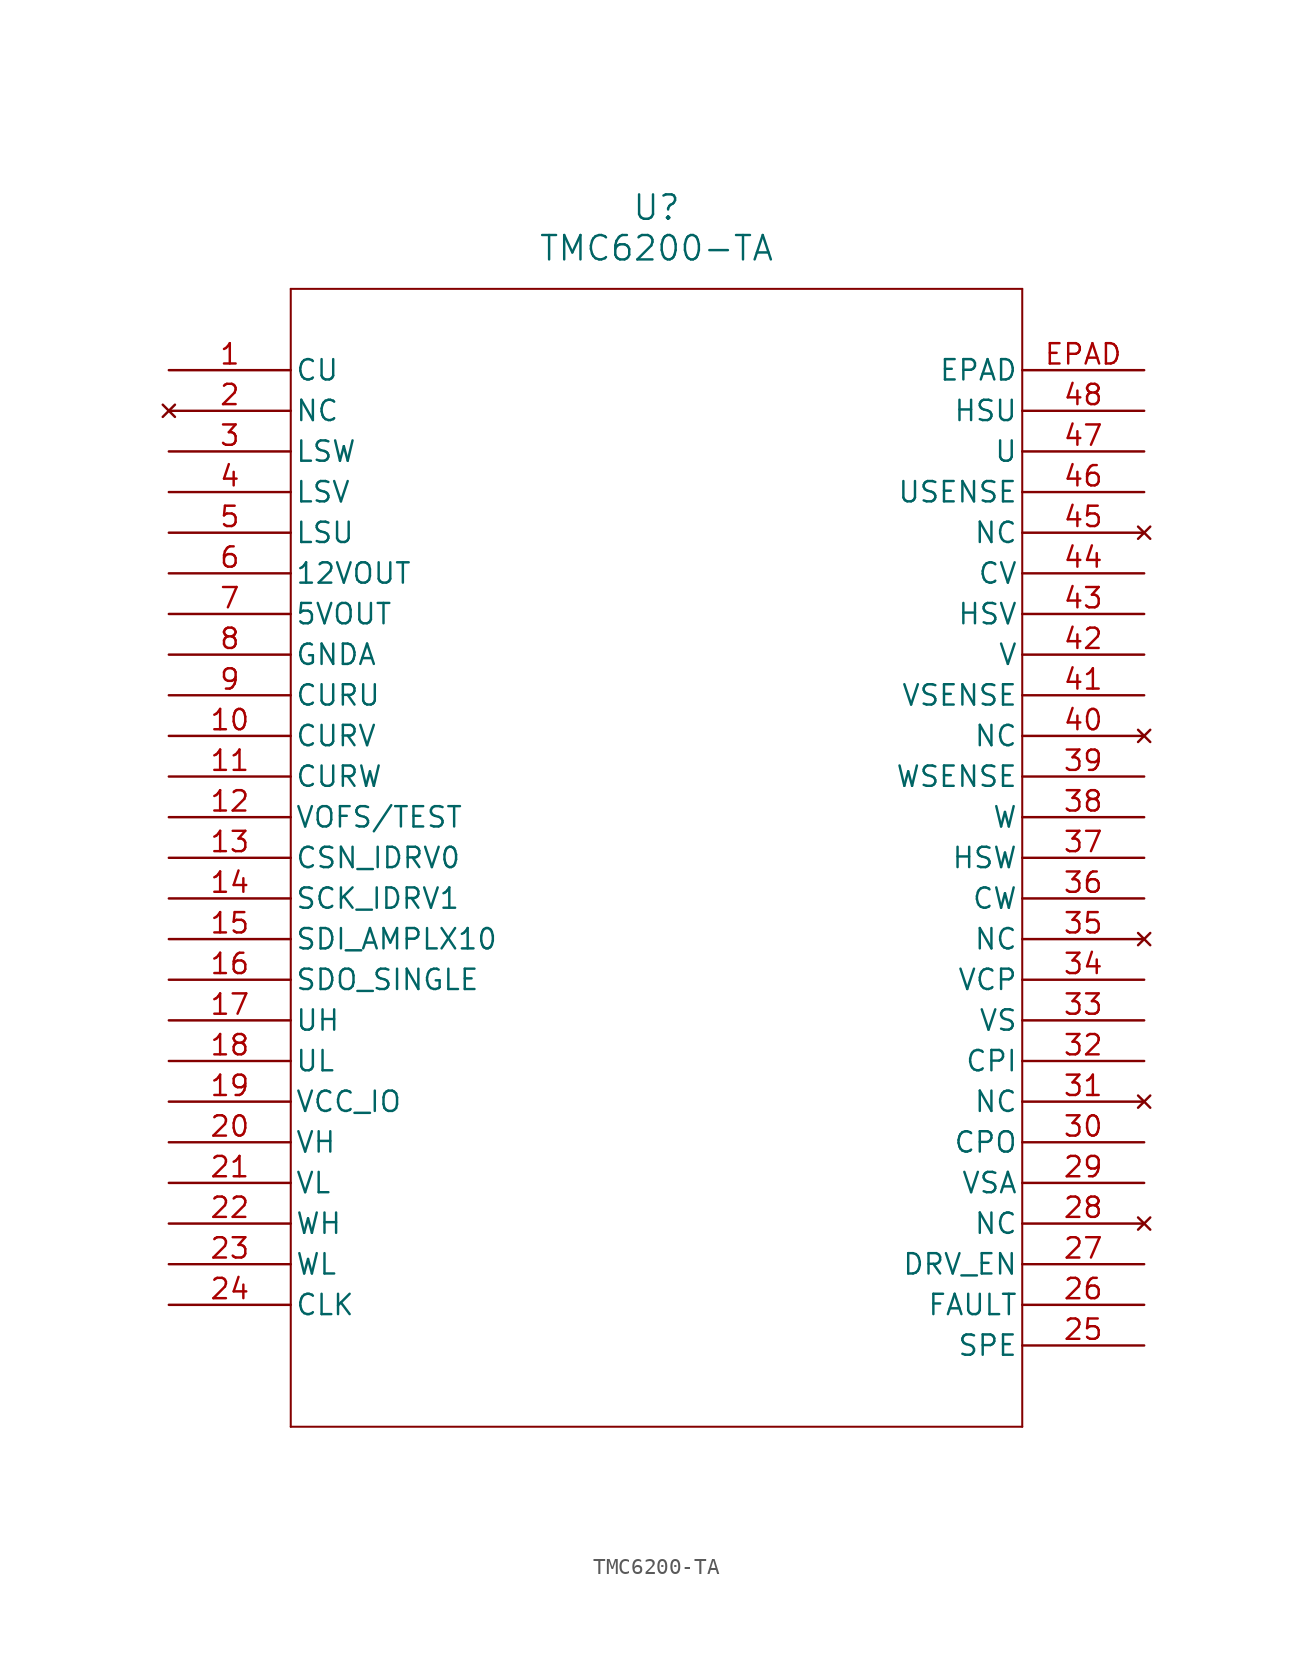
<source format=kicad_sym>
(kicad_symbol_lib
  (version 20211014)
  (generator kicad_symbol_editor)
  (symbol "TMC6200-TA"
    (pin_names
      (offset 0.254))
    (property "Reference" "U"
      (at 30.48 10.16 0)
      (effects (font (size 1.524 1.524))))
    (property "Value" "TMC6200-TA"
      (at 30.48 7.62 0)
      (effects (font (size 1.524 1.524))))
    (symbol "TMC6200-TA_0_1"
      (polyline (pts (xy 7.62 5.08) (xy 7.62 -66.04)) (stroke (width 0.127) (type default) (color 0 0 0 0)) (fill (type none)))
      (polyline (pts (xy 7.62 -66.04) (xy 53.34 -66.04)) (stroke (width 0.127) (type default) (color 0 0 0 0)) (fill (type none)))
      (polyline (pts (xy 53.34 -66.04) (xy 53.34 5.08)) (stroke (width 0.127) (type default) (color 0 0 0 0)) (fill (type none)))
      (polyline (pts (xy 53.34 5.08) (xy 7.62 5.08)) (stroke (width 0.127) (type default) (color 0 0 0 0)) (fill (type none)))
      (pin unspecified line (at 0 0 0) (length 7.62) (name "CU" (effects (font (size 1.27 1.27)))) (number "1" (effects (font (size 1.27 1.27)))))
      (pin no_connect line (at 0 -2.54 0) (length 7.62) (name "NC" (effects (font (size 1.27 1.27)))) (number "2" (effects (font (size 1.27 1.27)))))
      (pin output line (at 0 -5.08 0) (length 7.62) (name "LSW" (effects (font (size 1.27 1.27)))) (number "3" (effects (font (size 1.27 1.27)))))
      (pin output line (at 0 -7.62 0) (length 7.62) (name "LSV" (effects (font (size 1.27 1.27)))) (number "4" (effects (font (size 1.27 1.27)))))
      (pin output line (at 0 -10.16 0) (length 7.62) (name "LSU" (effects (font (size 1.27 1.27)))) (number "5" (effects (font (size 1.27 1.27)))))
      (pin output line (at 0 -12.7 0) (length 7.62) (name "12VOUT" (effects (font (size 1.27 1.27)))) (number "6" (effects (font (size 1.27 1.27)))))
      (pin output line (at 0 -15.24 0) (length 7.62) (name "5VOUT" (effects (font (size 1.27 1.27)))) (number "7" (effects (font (size 1.27 1.27)))))
      (pin power_in line (at 0 -17.78 0) (length 7.62) (name "GNDA" (effects (font (size 1.27 1.27)))) (number "8" (effects (font (size 1.27 1.27)))))
      (pin output line (at 0 -20.32 0) (length 7.62) (name "CURU" (effects (font (size 1.27 1.27)))) (number "9" (effects (font (size 1.27 1.27)))))
      (pin output line (at 0 -22.86 0) (length 7.62) (name "CURV" (effects (font (size 1.27 1.27)))) (number "10" (effects (font (size 1.27 1.27)))))
      (pin output line (at 0 -25.4 0) (length 7.62) (name "CURW" (effects (font (size 1.27 1.27)))) (number "11" (effects (font (size 1.27 1.27)))))
      (pin input line (at 0 -27.94 0) (length 7.62) (name "VOFS/TEST" (effects (font (size 1.27 1.27)))) (number "12" (effects (font (size 1.27 1.27)))))
      (pin input line (at 0 -30.48 0) (length 7.62) (name "CSN_IDRV0" (effects (font (size 1.27 1.27)))) (number "13" (effects (font (size 1.27 1.27)))))
      (pin input line (at 0 -33.02 0) (length 7.62) (name "SCK_IDRV1" (effects (font (size 1.27 1.27)))) (number "14" (effects (font (size 1.27 1.27)))))
      (pin input line (at 0 -35.56 0) (length 7.62) (name "SDI_AMPLX10" (effects (font (size 1.27 1.27)))) (number "15" (effects (font (size 1.27 1.27)))))
      (pin bidirectional line (at 0 -38.1 0) (length 7.62) (name "SDO_SINGLE" (effects (font (size 1.27 1.27)))) (number "16" (effects (font (size 1.27 1.27)))))
      (pin input line (at 0 -40.64 0) (length 7.62) (name "UH" (effects (font (size 1.27 1.27)))) (number "17" (effects (font (size 1.27 1.27)))))
      (pin input line (at 0 -43.18 0) (length 7.62) (name "UL" (effects (font (size 1.27 1.27)))) (number "18" (effects (font (size 1.27 1.27)))))
      (pin power_in line (at 0 -45.72 0) (length 7.62) (name "VCC_IO" (effects (font (size 1.27 1.27)))) (number "19" (effects (font (size 1.27 1.27)))))
      (pin input line (at 0 -48.26 0) (length 7.62) (name "VH" (effects (font (size 1.27 1.27)))) (number "20" (effects (font (size 1.27 1.27)))))
      (pin input line (at 0 -50.8 0) (length 7.62) (name "VL" (effects (font (size 1.27 1.27)))) (number "21" (effects (font (size 1.27 1.27)))))
      (pin input line (at 0 -53.34 0) (length 7.62) (name "WH" (effects (font (size 1.27 1.27)))) (number "22" (effects (font (size 1.27 1.27)))))
      (pin input line (at 0 -55.88 0) (length 7.62) (name "WL" (effects (font (size 1.27 1.27)))) (number "23" (effects (font (size 1.27 1.27)))))
      (pin input line (at 0 -58.42 0) (length 7.62) (name "CLK" (effects (font (size 1.27 1.27)))) (number "24" (effects (font (size 1.27 1.27)))))
      (pin input line (at 60.96 -60.96 180) (length 7.62) (name "SPE" (effects (font (size 1.27 1.27)))) (number "25" (effects (font (size 1.27 1.27)))))
      (pin output line (at 60.96 -58.42 180) (length 7.62) (name "FAULT" (effects (font (size 1.27 1.27)))) (number "26" (effects (font (size 1.27 1.27)))))
      (pin input line (at 60.96 -55.88 180) (length 7.62) (name "DRV_EN" (effects (font (size 1.27 1.27)))) (number "27" (effects (font (size 1.27 1.27)))))
      (pin no_connect line (at 60.96 -53.34 180) (length 7.62) (name "NC" (effects (font (size 1.27 1.27)))) (number "28" (effects (font (size 1.27 1.27)))))
      (pin power_in line (at 60.96 -50.8 180) (length 7.62) (name "VSA" (effects (font (size 1.27 1.27)))) (number "29" (effects (font (size 1.27 1.27)))))
      (pin output line (at 60.96 -48.26 180) (length 7.62) (name "CPO" (effects (font (size 1.27 1.27)))) (number "30" (effects (font (size 1.27 1.27)))))
      (pin no_connect line (at 60.96 -45.72 180) (length 7.62) (name "NC" (effects (font (size 1.27 1.27)))) (number "31" (effects (font (size 1.27 1.27)))))
      (pin input line (at 60.96 -43.18 180) (length 7.62) (name "CPI" (effects (font (size 1.27 1.27)))) (number "32" (effects (font (size 1.27 1.27)))))
      (pin power_in line (at 60.96 -40.64 180) (length 7.62) (name "VS" (effects (font (size 1.27 1.27)))) (number "33" (effects (font (size 1.27 1.27)))))
      (pin unspecified line (at 60.96 -38.1 180) (length 7.62) (name "VCP" (effects (font (size 1.27 1.27)))) (number "34" (effects (font (size 1.27 1.27)))))
      (pin no_connect line (at 60.96 -35.56 180) (length 7.62) (name "NC" (effects (font (size 1.27 1.27)))) (number "35" (effects (font (size 1.27 1.27)))))
      (pin unspecified line (at 60.96 -33.02 180) (length 7.62) (name "CW" (effects (font (size 1.27 1.27)))) (number "36" (effects (font (size 1.27 1.27)))))
      (pin output line (at 60.96 -30.48 180) (length 7.62) (name "HSW" (effects (font (size 1.27 1.27)))) (number "37" (effects (font (size 1.27 1.27)))))
      (pin unspecified line (at 60.96 -27.94 180) (length 7.62) (name "W" (effects (font (size 1.27 1.27)))) (number "38" (effects (font (size 1.27 1.27)))))
      (pin unspecified line (at 60.96 -25.4 180) (length 7.62) (name "WSENSE" (effects (font (size 1.27 1.27)))) (number "39" (effects (font (size 1.27 1.27)))))
      (pin no_connect line (at 60.96 -22.86 180) (length 7.62) (name "NC" (effects (font (size 1.27 1.27)))) (number "40" (effects (font (size 1.27 1.27)))))
      (pin unspecified line (at 60.96 -20.32 180) (length 7.62) (name "VSENSE" (effects (font (size 1.27 1.27)))) (number "41" (effects (font (size 1.27 1.27)))))
      (pin unspecified line (at 60.96 -17.78 180) (length 7.62) (name "V" (effects (font (size 1.27 1.27)))) (number "42" (effects (font (size 1.27 1.27)))))
      (pin output line (at 60.96 -15.24 180) (length 7.62) (name "HSV" (effects (font (size 1.27 1.27)))) (number "43" (effects (font (size 1.27 1.27)))))
      (pin unspecified line (at 60.96 -12.7 180) (length 7.62) (name "CV" (effects (font (size 1.27 1.27)))) (number "44" (effects (font (size 1.27 1.27)))))
      (pin no_connect line (at 60.96 -10.16 180) (length 7.62) (name "NC" (effects (font (size 1.27 1.27)))) (number "45" (effects (font (size 1.27 1.27)))))
      (pin unspecified line (at 60.96 -7.62 180) (length 7.62) (name "USENSE" (effects (font (size 1.27 1.27)))) (number "46" (effects (font (size 1.27 1.27)))))
      (pin unspecified line (at 60.96 -5.08 180) (length 7.62) (name "U" (effects (font (size 1.27 1.27)))) (number "47" (effects (font (size 1.27 1.27)))))
      (pin output line (at 60.96 -2.54 180) (length 7.62) (name "HSU" (effects (font (size 1.27 1.27)))) (number "48" (effects (font (size 1.27 1.27)))))
      (pin unspecified line (at 60.96 0 180) (length 7.62) (name "EPAD" (effects (font (size 1.27 1.27)))) (number "EPAD" (effects (font (size 1.27 1.27))))))))
</source>
